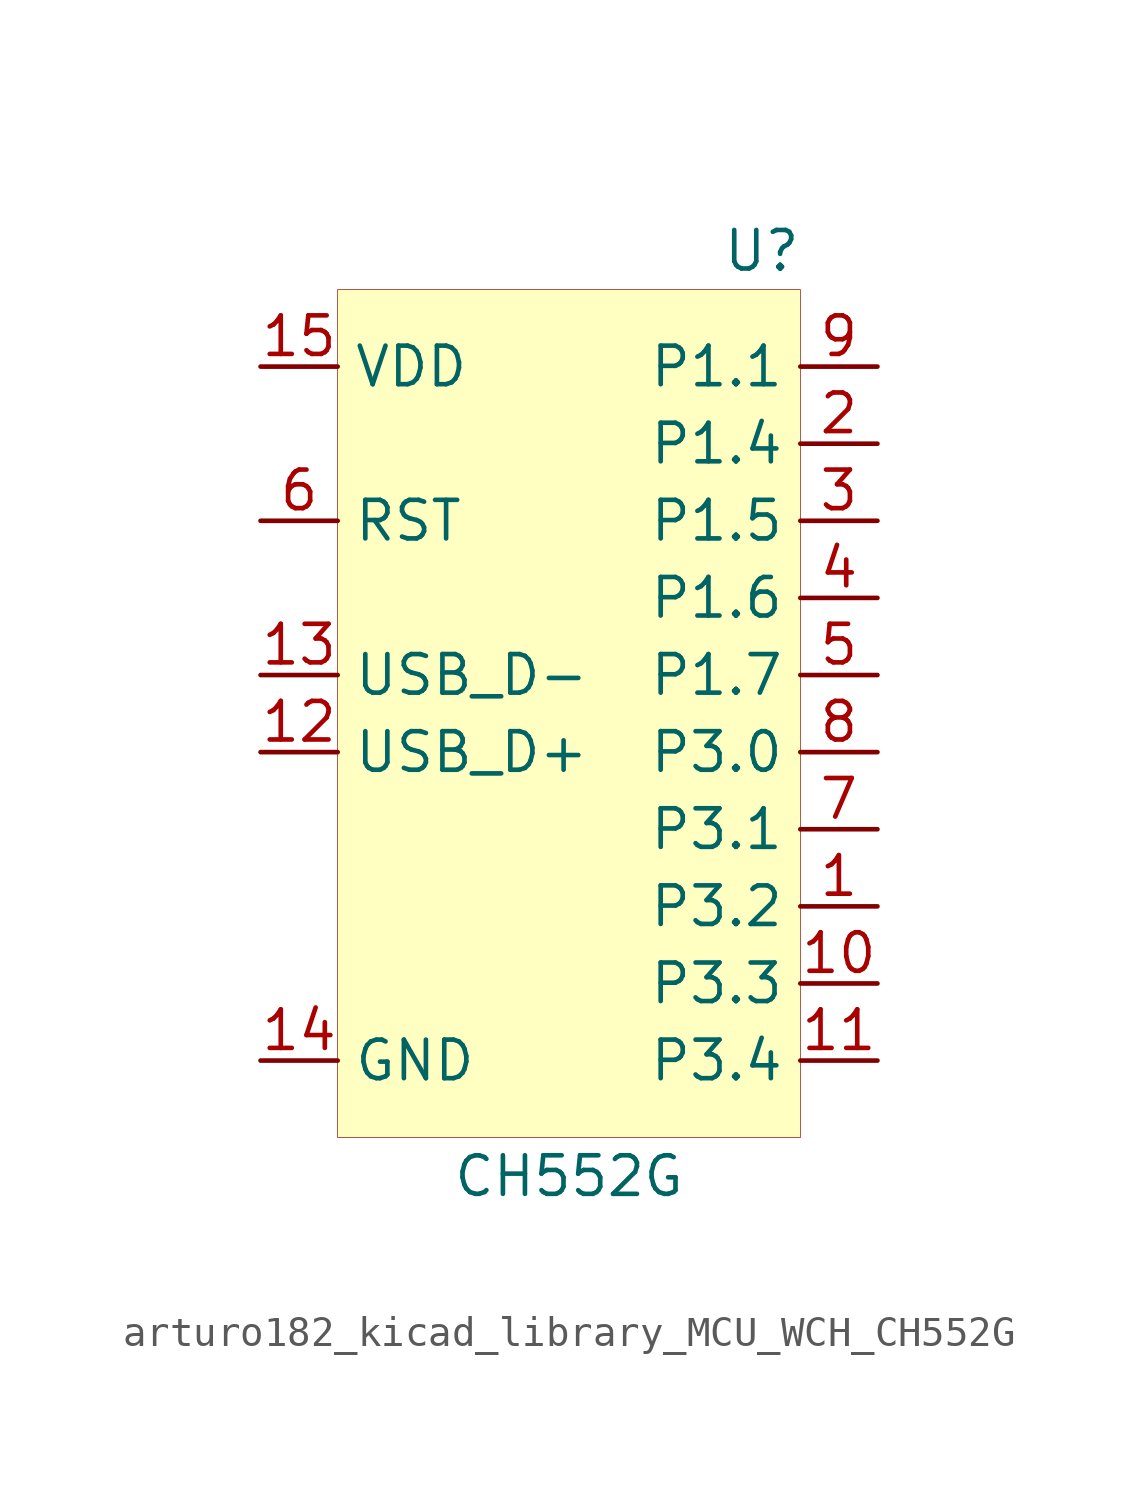
<source format=kicad_sym>
(kicad_symbol_lib
  (version 20220914)
  (generator kicad_symbol_editor)
  (symbol "MCU_WCH:arturo182_kicad_library_MCU_WCH_CH552G"
    (property "Reference" "U"
      (at 6.35 13.97 0)
      (effects (font (size 1.27 1.27))))
    (property "Value" "CH552G"
      (at 0 -16.51 0)
      (effects (font (size 1.27 1.27))))
    (symbol "arturo182_kicad_library_MCU_WCH_CH552G_0_0"
      (pin bidirectional line (at 10.16 -7.62 180) (length 2.54) (name "P3.2" (effects (font (size 1.27 1.27)))) (number "1" (effects (font (size 1.27 1.27)))))
      (pin bidirectional line (at 10.16 7.62 180) (length 2.54) (name "P1.4" (effects (font (size 1.27 1.27)))) (number "2" (effects (font (size 1.27 1.27)))))
      (pin bidirectional line (at 10.16 5.08 180) (length 2.54) (name "P1.5" (effects (font (size 1.27 1.27)))) (number "3" (effects (font (size 1.27 1.27)))))
      (pin bidirectional line (at 10.16 2.54 180) (length 2.54) (name "P1.6" (effects (font (size 1.27 1.27)))) (number "4" (effects (font (size 1.27 1.27)))))
      (pin bidirectional line (at 10.16 0 180) (length 2.54) (name "P1.7" (effects (font (size 1.27 1.27)))) (number "5" (effects (font (size 1.27 1.27)))))
      (pin input line (at -10.16 5.08 0) (length 2.54) (name "RST" (effects (font (size 1.27 1.27)))) (number "6" (effects (font (size 1.27 1.27)))))
      (pin bidirectional line (at 10.16 -5.08 180) (length 2.54) (name "P3.1" (effects (font (size 1.27 1.27)))) (number "7" (effects (font (size 1.27 1.27)))))
      (pin bidirectional line (at 10.16 -2.54 180) (length 2.54) (name "P3.0" (effects (font (size 1.27 1.27)))) (number "8" (effects (font (size 1.27 1.27)))))
      (pin bidirectional line (at 10.16 10.16 180) (length 2.54) (name "P1.1" (effects (font (size 1.27 1.27)))) (number "9" (effects (font (size 1.27 1.27)))))
      (pin bidirectional line (at 10.16 -10.16 180) (length 2.54) (name "P3.3" (effects (font (size 1.27 1.27)))) (number "10" (effects (font (size 1.27 1.27)))))
      (pin bidirectional line (at 10.16 -12.7 180) (length 2.54) (name "P3.4" (effects (font (size 1.27 1.27)))) (number "11" (effects (font (size 1.27 1.27)))))
      (pin bidirectional line (at -10.16 -2.54 0) (length 2.54) (name "USB_D+" (effects (font (size 1.27 1.27)))) (number "12" (effects (font (size 1.27 1.27)))))
      (pin bidirectional line (at -10.16 0 0) (length 2.54) (name "USB_D-" (effects (font (size 1.27 1.27)))) (number "13" (effects (font (size 1.27 1.27)))))
      (pin power_in line (at -10.16 -12.7 0) (length 2.54) (name "GND" (effects (font (size 1.27 1.27)))) (number "14" (effects (font (size 1.27 1.27)))))
      (pin power_in line (at -10.16 10.16 0) (length 2.54) (name "VDD" (effects (font (size 1.27 1.27)))) (number "15" (effects (font (size 1.27 1.27)))))
      (pin passive line (at -10.16 10.16 0) (length 2.54) hide (name "VDD" (effects (font (size 1.27 1.27)))) (number "16" (effects (font (size 1.27 1.27))))))
    (symbol "arturo182_kicad_library_MCU_WCH_CH552G_0_1"
      (rectangle (start -7.62 12.7) (end 7.62 -15.24) (stroke (width 0.001)) (fill (type background))))))
</source>
